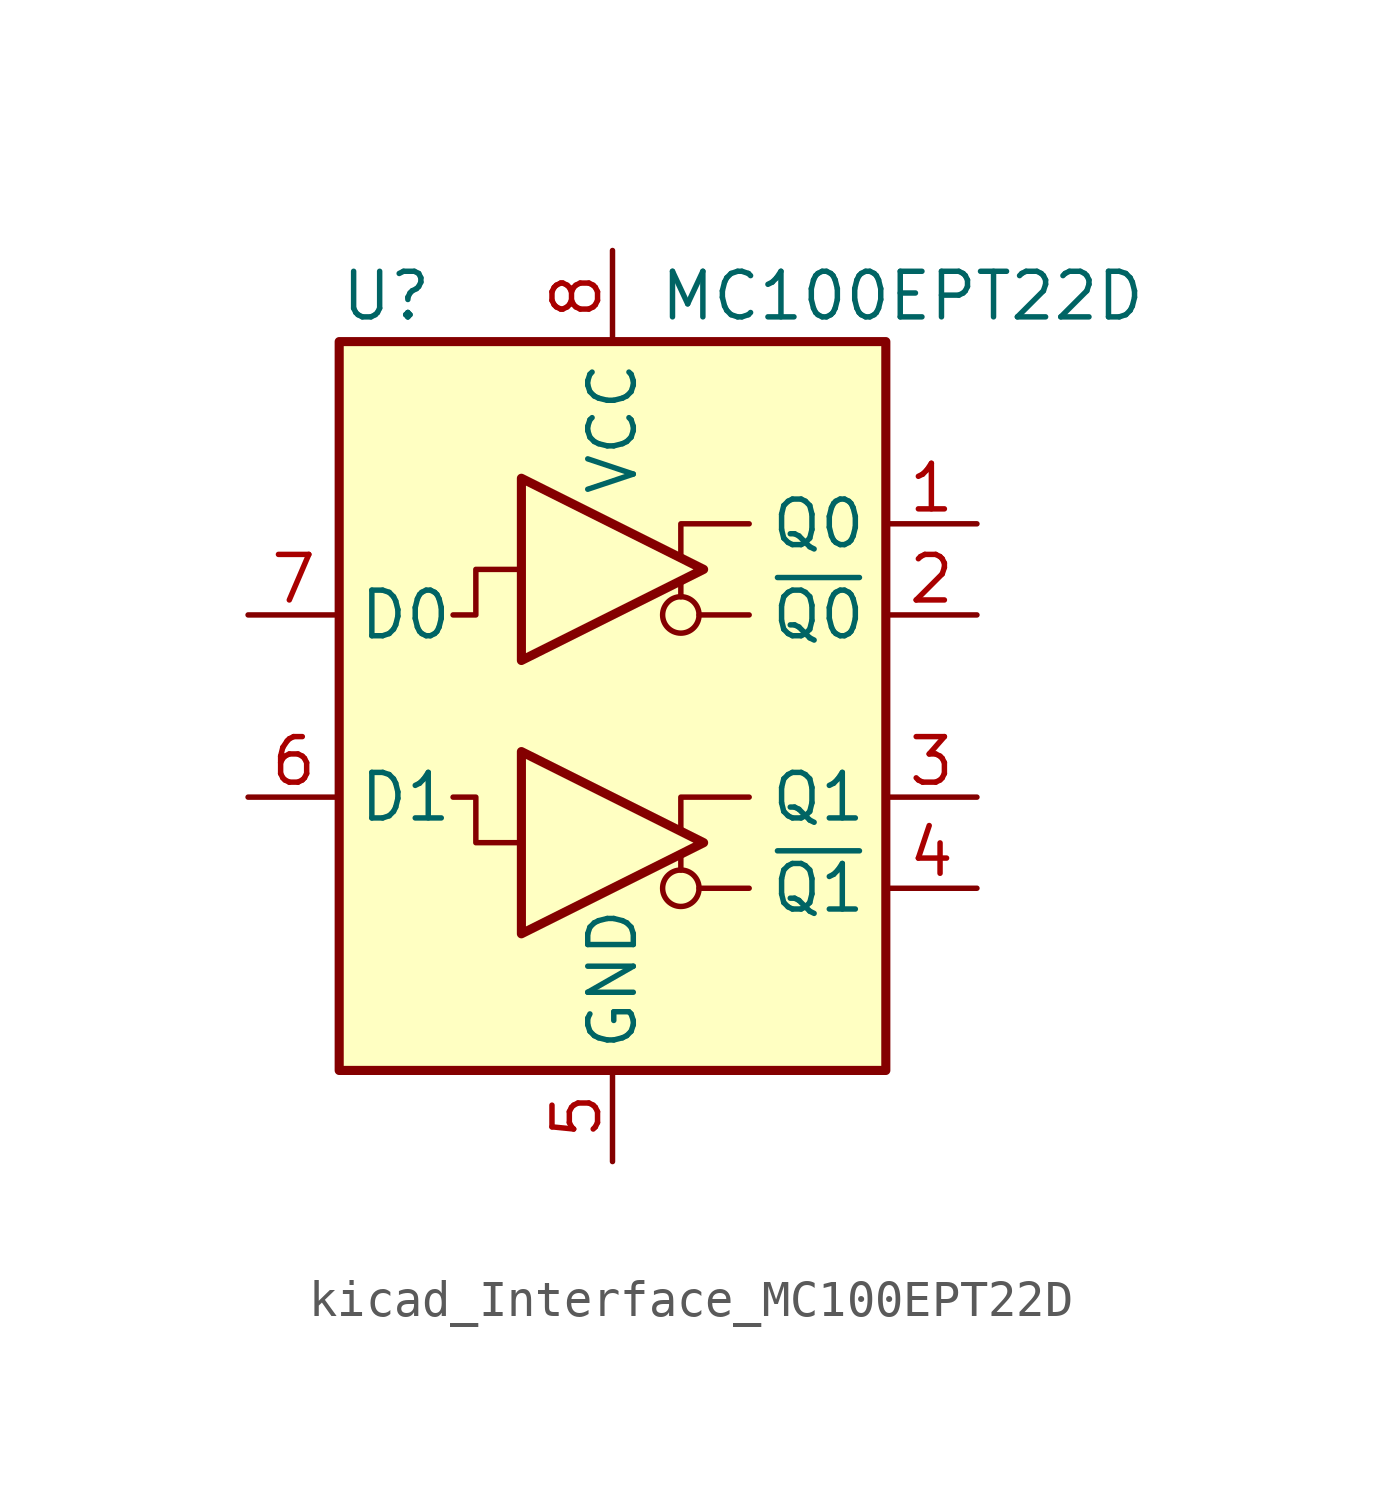
<source format=kicad_sym>
(kicad_symbol_lib
  (version 20220914)
  (generator kicad_symbol_editor)
  (symbol "kicad_Interface_MC100EPT22D"
    (property "Reference" "U"
      (at -7.62 11.43 0)
      (effects (font (size 1.27 1.27)) (justify left)))
    (property "Value" "MC100EPT22D"
      (at 1.27 11.43 0)
      (effects (font (size 1.27 1.27)) (justify left)))
    (symbol "kicad_Interface_MC100EPT22D_0_1"
      (polyline (pts (xy 1.905 -4.572) (xy 1.905 -4.191)) (stroke (width 0) (type default)) (fill (type none)))
      (polyline (pts (xy 1.905 3.048) (xy 1.905 3.429)) (stroke (width 0) (type default)) (fill (type none))))
    (symbol "kicad_Interface_MC100EPT22D_1_0"
      (rectangle (start -7.62 10.16) (end 7.62 -10.16) (stroke (width 0.254) (type default)) (fill (type background)))
      (polyline (pts (xy 3.81 -5.08) (xy 2.413 -5.08)) (stroke (width 0) (type default)) (fill (type none)))
      (polyline (pts (xy 3.81 2.54) (xy 2.413 2.54)) (stroke (width 0) (type default)) (fill (type none)))
      (polyline (pts (xy 1.905 -3.429) (xy 1.905 -2.54) (xy 3.81 -2.54)) (stroke (width 0) (type default)) (fill (type none)))
      (polyline (pts (xy 1.905 4.191) (xy 1.905 5.08) (xy 3.81 5.08)) (stroke (width 0) (type default)) (fill (type none)))
      (polyline (pts (xy -2.54 -3.81) (xy -3.81 -3.81) (xy -3.81 -2.54) (xy -4.445 -2.54)) (stroke (width 0) (type default)) (fill (type none)))
      (polyline (pts (xy -2.54 3.81) (xy -3.81 3.81) (xy -3.81 2.54) (xy -4.445 2.54)) (stroke (width 0) (type default)) (fill (type none)))
      (circle (center 1.905 -5.08) (radius 0.508) (stroke (width 0) (type default)) (fill (type none)))
      (circle (center 1.905 2.54) (radius 0.508) (stroke (width 0) (type default)) (fill (type none))))
    (symbol "kicad_Interface_MC100EPT22D_1_1"
      (polyline (pts (xy -2.54 -1.27) (xy -2.54 -6.35) (xy 2.54 -3.81) (xy -2.54 -1.27)) (stroke (width 0.254) (type default)) (fill (type none)))
      (polyline (pts (xy -2.54 6.35) (xy -2.54 1.27) (xy 2.54 3.81) (xy -2.54 6.35)) (stroke (width 0.254) (type default)) (fill (type none)))
      (pin output line (at 10.16 5.08 180) (length 2.54) (name "Q0" (effects (font (size 1.27 1.27)))) (number "1" (effects (font (size 1.27 1.27)))))
      (pin output line (at 10.16 2.54 180) (length 2.54) (name "~{Q0}" (effects (font (size 1.27 1.27)))) (number "2" (effects (font (size 1.27 1.27)))))
      (pin output line (at 10.16 -2.54 180) (length 2.54) (name "Q1" (effects (font (size 1.27 1.27)))) (number "3" (effects (font (size 1.27 1.27)))))
      (pin output line (at 10.16 -5.08 180) (length 2.54) (name "~{Q1}" (effects (font (size 1.27 1.27)))) (number "4" (effects (font (size 1.27 1.27)))))
      (pin power_in line (at 0 -12.7 90) (length 2.54) (name "GND" (effects (font (size 1.27 1.27)))) (number "5" (effects (font (size 1.27 1.27)))))
      (pin input line (at -10.16 -2.54 0) (length 2.54) (name "D1" (effects (font (size 1.27 1.27)))) (number "6" (effects (font (size 1.27 1.27)))))
      (pin input line (at -10.16 2.54 0) (length 2.54) (name "D0" (effects (font (size 1.27 1.27)))) (number "7" (effects (font (size 1.27 1.27)))))
      (pin power_in line (at 0 12.7 270) (length 2.54) (name "VCC" (effects (font (size 1.27 1.27)))) (number "8" (effects (font (size 1.27 1.27))))))))
</source>
